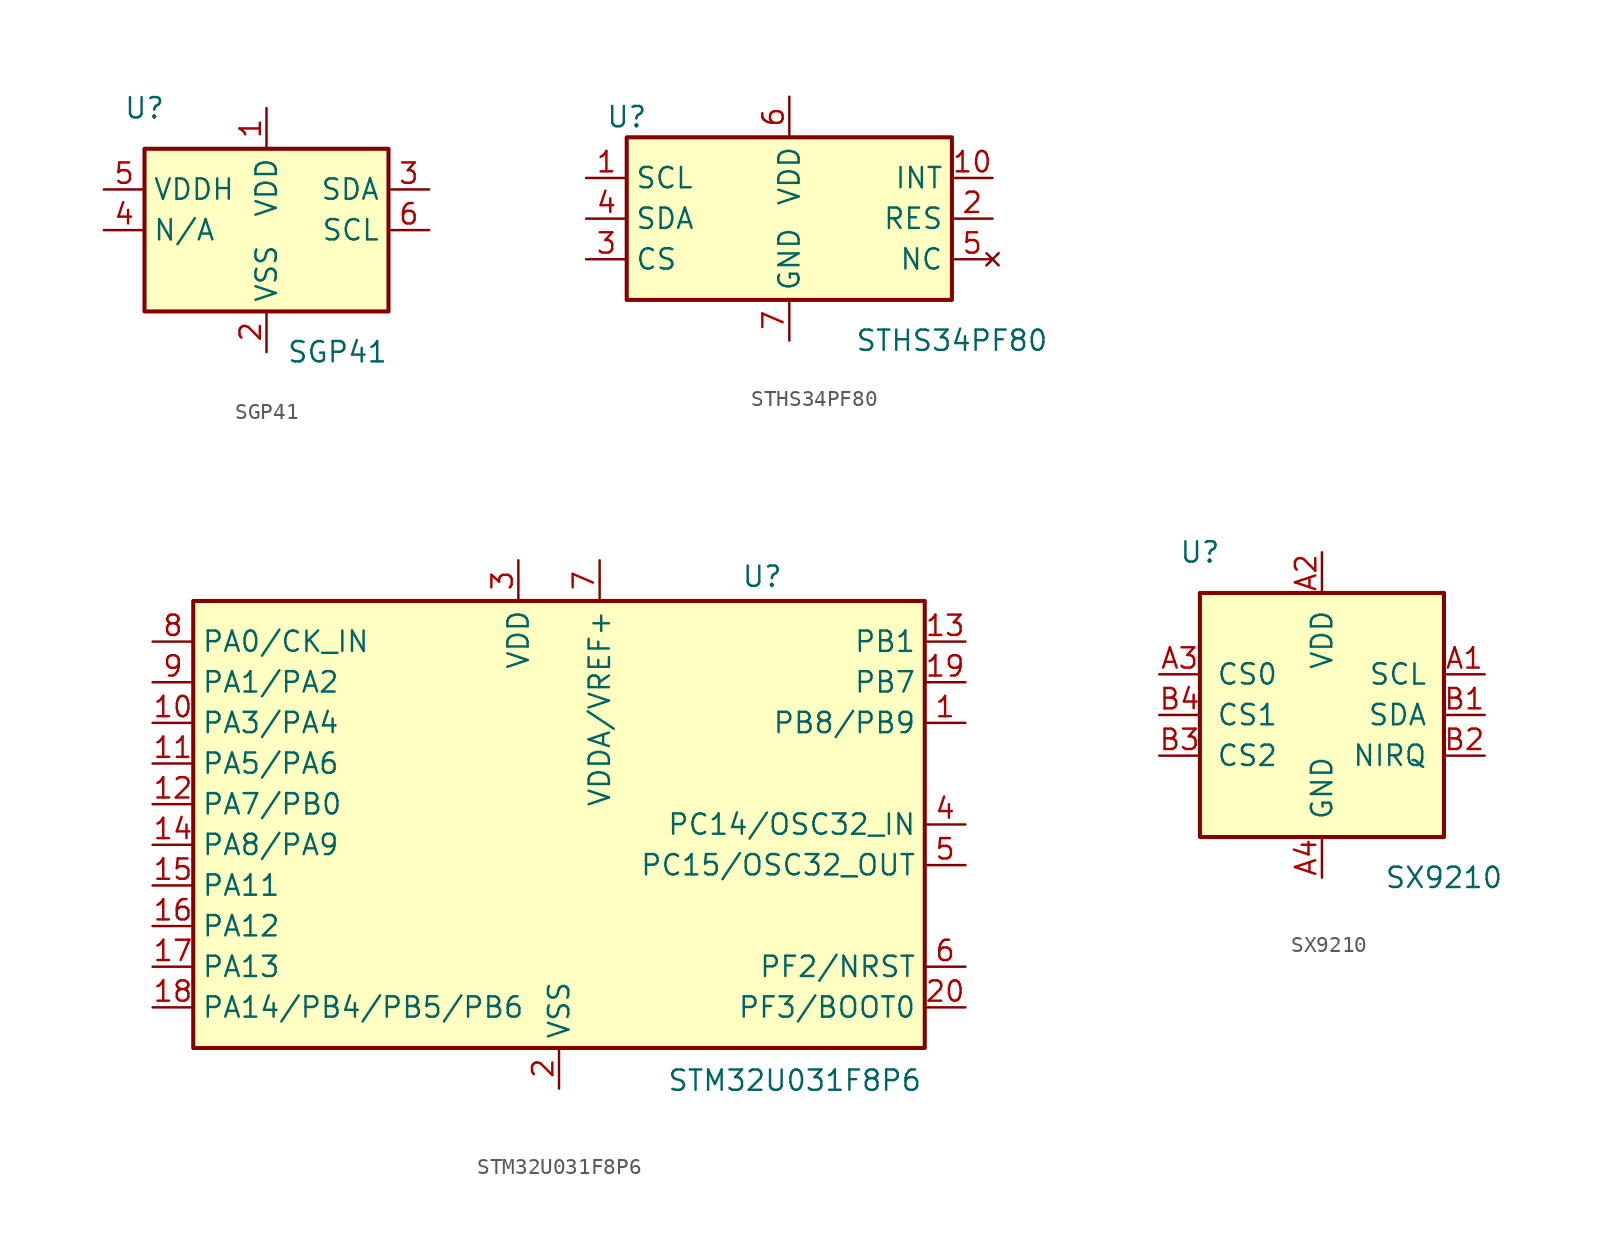
<source format=kicad_sym>
(kicad_symbol_lib
  (version 20231120)
  (generator "kicad_symbol_editor")
  (generator_version "8.0")
  (symbol "SGP41"
    (property "Reference" "U"
      (at -7.62 7.62 0)
      (effects (font (size 1.27 1.27))))
    (property "Value" "SGP41"
      (at 7.62 -7.62 0)
      (effects (font (size 1.27 1.27)) (justify right)))
    (symbol "SGP41_0_1"
      (rectangle (start -7.62 5.08) (end 7.62 -5.08) (stroke (width 0.254) (type default)) (fill (type background))))
    (symbol "SGP41_1_1"
      (pin power_in line (at 0 7.62 270) (length 2.54) (name "VDD" (effects (font (size 1.27 1.27)))) (number "1" (effects (font (size 1.27 1.27)))))
      (pin power_in line (at 0 -7.62 90) (length 2.54) (name "VSS" (effects (font (size 1.27 1.27)))) (number "2" (effects (font (size 1.27 1.27)))))
      (pin bidirectional line (at 10.16 2.54 180) (length 2.54) (name "SDA" (effects (font (size 1.27 1.27)))) (number "3" (effects (font (size 1.27 1.27)))))
      (pin input line (at -10.16 0 0) (length 2.54) (name "N/A" (effects (font (size 1.27 1.27)))) (number "4" (effects (font (size 1.27 1.27)))))
      (pin power_in line (at -10.16 2.54 0) (length 2.54) (name "VDDH" (effects (font (size 1.27 1.27)))) (number "5" (effects (font (size 1.27 1.27)))))
      (pin input line (at 10.16 0 180) (length 2.54) (name "SCL" (effects (font (size 1.27 1.27)))) (number "6" (effects (font (size 1.27 1.27)))))
      (pin input line (at 0 -7.62 90) (length 2.54) hide (name "EP" (effects (font (size 1.27 1.27)))) (number "7" (effects (font (size 1.27 1.27)))))))
  (symbol "STHS34PF80"
    (property "Reference" "U"
      (at -10.16 6.35 0)
      (effects (font (size 1.27 1.27))))
    (property "Value" "STHS34PF80"
      (at 10.16 -7.62 0)
      (effects (font (size 1.27 1.27))))
    (symbol "STHS34PF80_0_1"
      (rectangle (start -10.16 5.08) (end 10.16 -5.08) (stroke (width 0.254) (type default)) (fill (type background))))
    (symbol "STHS34PF80_1_1"
      (pin input line (at -12.7 2.54 0) (length 2.54) (name "SCL" (effects (font (size 1.27 1.27)))) (number "1" (effects (font (size 1.27 1.27)))))
      (pin output line (at 12.7 2.54 180) (length 2.54) (name "INT" (effects (font (size 1.27 1.27)))) (number "10" (effects (font (size 1.27 1.27)))))
      (pin input line (at 12.7 0 180) (length 2.54) (name "RES" (effects (font (size 1.27 1.27)))) (number "2" (effects (font (size 1.27 1.27)))))
      (pin input line (at -12.7 -2.54 0) (length 2.54) (name "CS" (effects (font (size 1.27 1.27)))) (number "3" (effects (font (size 1.27 1.27)))))
      (pin bidirectional line (at -12.7 0 0) (length 2.54) (name "SDA" (effects (font (size 1.27 1.27)))) (number "4" (effects (font (size 1.27 1.27)))))
      (pin no_connect line (at 12.7 -2.54 180) (length 2.54) (name "NC" (effects (font (size 1.27 1.27)))) (number "5" (effects (font (size 1.27 1.27)))))
      (pin power_in line (at 0 7.62 270) (length 2.54) (name "VDD" (effects (font (size 1.27 1.27)))) (number "6" (effects (font (size 1.27 1.27)))))
      (pin power_in line (at 0 -7.62 90) (length 2.54) (name "GND" (effects (font (size 1.27 1.27)))) (number "7" (effects (font (size 1.27 1.27)))))
      (pin power_in line (at 0 -7.62 90) (length 2.54) hide (name "GND" (effects (font (size 1.27 1.27)))) (number "8" (effects (font (size 1.27 1.27)))))
      (pin power_in line (at 0 7.62 270) (length 2.54) hide (name "VDD" (effects (font (size 1.27 1.27)))) (number "9" (effects (font (size 1.27 1.27)))))))
  (symbol "STM32U031F8P6"
    (property "Reference" "U"
      (at 12.7 16.764 0)
      (effects (font (size 1.27 1.27))))
    (property "Value" "STM32U031F8P6"
      (at 14.732 -14.732 0)
      (effects (font (size 1.27 1.27))))
    (symbol "STM32U031F8P6_0_1"
      (rectangle (start -22.86 15.24) (end 22.86 -12.7) (stroke (width 0.254) (type default)) (fill (type background))))
    (symbol "STM32U031F8P6_1_1"
      (pin bidirectional line (at 25.4 7.62 180) (length 2.54) (name "PB8/PB9" (effects (font (size 1.27 1.27)))) (number "1" (effects (font (size 1.27 1.27)))))
      (pin bidirectional line (at -25.4 7.62 0) (length 2.54) (name "PA3/PA4" (effects (font (size 1.27 1.27)))) (number "10" (effects (font (size 1.27 1.27)))) (alternate "ADC_IN2" bidirectional line) (alternate "COMP2_INM" bidirectional line) (alternate "COMP2_OUT" bidirectional line) (alternate "LPUART1_TX" bidirectional line) (alternate "RTC_OUT_ALARM" bidirectional line) (alternate "RTC_OUT_CALIB" bidirectional line) (alternate "RTC_TAMP3" bidirectional line) (alternate "RTC_TS" bidirectional line) (alternate "SYS_WKUP3" bidirectional line) (alternate "TIM21_CH1" bidirectional line) (alternate "TIM2_CH3" bidirectional line) (alternate "USART2_TX" bidirectional line))
      (pin bidirectional line (at -25.4 5.08 0) (length 2.54) (name "PA5/PA6" (effects (font (size 1.27 1.27)))) (number "11" (effects (font (size 1.27 1.27)))) (alternate "ADC_IN3" bidirectional line) (alternate "COMP2_INP" bidirectional line) (alternate "LPUART1_RX" bidirectional line) (alternate "TIM21_CH2" bidirectional line) (alternate "TIM2_CH4" bidirectional line) (alternate "USART2_RX" bidirectional line))
      (pin bidirectional line (at -25.4 2.54 0) (length 2.54) (name "PA7/PB0" (effects (font (size 1.27 1.27)))) (number "12" (effects (font (size 1.27 1.27)))) (alternate "ADC_IN4" bidirectional line) (alternate "COMP1_INM" bidirectional line) (alternate "COMP2_INM" bidirectional line) (alternate "LPTIM1_IN1" bidirectional line) (alternate "SPI1_NSS" bidirectional line) (alternate "TIM22_ETR" bidirectional line) (alternate "USART2_CK" bidirectional line))
      (pin bidirectional line (at 25.4 12.7 180) (length 2.54) (name "PB1" (effects (font (size 1.27 1.27)))) (number "13" (effects (font (size 1.27 1.27)))) (alternate "ADC_IN5" bidirectional line) (alternate "COMP1_INM" bidirectional line) (alternate "COMP2_INM" bidirectional line) (alternate "LPTIM1_IN2" bidirectional line) (alternate "SPI1_SCK" bidirectional line) (alternate "TIM2_CH1" bidirectional line) (alternate "TIM2_ETR" bidirectional line))
      (pin bidirectional line (at -25.4 0 0) (length 2.54) (name "PA8/PA9" (effects (font (size 1.27 1.27)))) (number "14" (effects (font (size 1.27 1.27)))) (alternate "ADC_IN6" bidirectional line) (alternate "COMP1_OUT" bidirectional line) (alternate "LPTIM1_ETR" bidirectional line) (alternate "LPUART1_CTS" bidirectional line) (alternate "SPI1_MISO" bidirectional line) (alternate "TIM22_CH1" bidirectional line))
      (pin bidirectional line (at -25.4 -2.54 0) (length 2.54) (name "PA11" (effects (font (size 1.27 1.27)))) (number "15" (effects (font (size 1.27 1.27)))) (alternate "ADC_IN7" bidirectional line) (alternate "COMP2_OUT" bidirectional line) (alternate "LPTIM1_OUT" bidirectional line) (alternate "SPI1_MOSI" bidirectional line) (alternate "TIM22_CH2" bidirectional line) (alternate "USART2_CTS" bidirectional line))
      (pin bidirectional line (at -25.4 -5.08 0) (length 2.54) (name "PA12" (effects (font (size 1.27 1.27)))) (number "16" (effects (font (size 1.27 1.27)))) (alternate "I2C1_SCL" bidirectional line) (alternate "RCC_MCO" bidirectional line) (alternate "TIM22_CH1" bidirectional line) (alternate "USART2_TX" bidirectional line))
      (pin bidirectional line (at -25.4 -7.62 0) (length 2.54) (name "PA13" (effects (font (size 1.27 1.27)))) (number "17" (effects (font (size 1.27 1.27)))) (alternate "I2C1_SDA" bidirectional line) (alternate "TIM22_CH2" bidirectional line) (alternate "USART2_RX" bidirectional line))
      (pin bidirectional line (at -25.4 -10.16 0) (length 2.54) (name "PA14/PB4/PB5/PB6" (effects (font (size 1.27 1.27)))) (number "18" (effects (font (size 1.27 1.27)))) (alternate "LPTIM1_ETR" bidirectional line) (alternate "LPUART1_RX" bidirectional line) (alternate "SYS_SWDIO" bidirectional line))
      (pin bidirectional line (at 25.4 10.16 180) (length 2.54) (name "PB7" (effects (font (size 1.27 1.27)))) (number "19" (effects (font (size 1.27 1.27)))) (alternate "I2C1_SMBA" bidirectional line) (alternate "LPTIM1_OUT" bidirectional line) (alternate "LPUART1_TX" bidirectional line) (alternate "SYS_SWCLK" bidirectional line) (alternate "USART2_TX" bidirectional line))
      (pin power_in line (at 0 -15.24 90) (length 2.54) (name "VSS" (effects (font (size 1.27 1.27)))) (number "2" (effects (font (size 1.27 1.27)))))
      (pin bidirectional line (at 25.4 -10.16 180) (length 2.54) (name "PF3/BOOT0" (effects (font (size 1.27 1.27)))) (number "20" (effects (font (size 1.27 1.27)))) (alternate "ADC_IN9" bidirectional line) (alternate "LPUART1_DE" bidirectional line) (alternate "LPUART1_RTS" bidirectional line) (alternate "SPI1_MOSI" bidirectional line) (alternate "SYS_VREF_OUT_PB1" bidirectional line) (alternate "TIM2_CH4" bidirectional line) (alternate "USART2_CK" bidirectional line))
      (pin power_in line (at -2.54 17.78 270) (length 2.54) (name "VDD" (effects (font (size 1.27 1.27)))) (number "3" (effects (font (size 1.27 1.27)))))
      (pin bidirectional line (at 25.4 1.27 180) (length 2.54) (name "PC14/OSC32_IN" (effects (font (size 1.27 1.27)))) (number "4" (effects (font (size 1.27 1.27)))))
      (pin bidirectional line (at 25.4 -1.27 180) (length 2.54) (name "PC15/OSC32_OUT" (effects (font (size 1.27 1.27)))) (number "5" (effects (font (size 1.27 1.27)))) (alternate "RCC_OSC32_OUT" bidirectional line))
      (pin bidirectional line (at 25.4 -7.62 180) (length 2.54) (name "PF2/NRST" (effects (font (size 1.27 1.27)))) (number "6" (effects (font (size 1.27 1.27)))) (alternate "RCC_OSC32_IN" bidirectional line))
      (pin power_in line (at 2.54 17.78 270) (length 2.54) (name "VDDA/VREF+" (effects (font (size 1.27 1.27)))) (number "7" (effects (font (size 1.27 1.27)))))
      (pin bidirectional line (at -25.4 12.7 0) (length 2.54) (name "PA0/CK_IN" (effects (font (size 1.27 1.27)))) (number "8" (effects (font (size 1.27 1.27)))) (alternate "ADC_IN0" bidirectional line) (alternate "COMP1_INM" bidirectional line) (alternate "COMP1_OUT" bidirectional line) (alternate "LPTIM1_IN1" bidirectional line) (alternate "RCC_CK_IN" bidirectional line) (alternate "RTC_TAMP2" bidirectional line) (alternate "SYS_WKUP1" bidirectional line) (alternate "TIM2_CH1" bidirectional line) (alternate "TIM2_ETR" bidirectional line) (alternate "USART2_CTS" bidirectional line))
      (pin bidirectional line (at -25.4 10.16 0) (length 2.54) (name "PA1/PA2" (effects (font (size 1.27 1.27)))) (number "9" (effects (font (size 1.27 1.27)))) (alternate "ADC_IN1" bidirectional line) (alternate "COMP1_INP" bidirectional line) (alternate "I2C1_SMBA" bidirectional line) (alternate "LPTIM1_IN2" bidirectional line) (alternate "TIM21_ETR" bidirectional line) (alternate "TIM2_CH2" bidirectional line) (alternate "USART2_DE" bidirectional line) (alternate "USART2_RTS" bidirectional line))))
  (symbol "SX9210"
    (pin_names
      (offset 1.016))
    (property "Reference" "U"
      (at -7.62 10.16 0)
      (effects (font (size 1.27 1.27))))
    (property "Value" "SX9210"
      (at 7.62 -10.16 0)
      (effects (font (size 1.27 1.27))))
    (symbol "SX9210_1_1"
      (rectangle (start -7.62 7.62) (end 7.62 -7.62) (stroke (width 0.254) (type default)) (fill (type background)))
      (pin input line (at 10.16 2.54 180) (length 2.54) (name "SCL" (effects (font (size 1.27 1.27)))) (number "A1" (effects (font (size 1.27 1.27)))))
      (pin power_in line (at 0 10.16 270) (length 2.54) (name "VDD" (effects (font (size 1.27 1.27)))) (number "A2" (effects (font (size 1.27 1.27)))))
      (pin input line (at -10.16 2.54 0) (length 2.54) (name "CS0" (effects (font (size 1.27 1.27)))) (number "A3" (effects (font (size 1.27 1.27)))))
      (pin power_in line (at 0 -10.16 90) (length 2.54) (name "GND" (effects (font (size 1.27 1.27)))) (number "A4" (effects (font (size 1.27 1.27)))))
      (pin input line (at 10.16 0 180) (length 2.54) (name "SDA" (effects (font (size 1.27 1.27)))) (number "B1" (effects (font (size 1.27 1.27)))))
      (pin input line (at 10.16 -2.54 180) (length 2.54) (name "NIRQ" (effects (font (size 1.27 1.27)))) (number "B2" (effects (font (size 1.27 1.27)))))
      (pin input line (at -10.16 -2.54 0) (length 2.54) (name "CS2" (effects (font (size 1.27 1.27)))) (number "B3" (effects (font (size 1.27 1.27)))))
      (pin input line (at -10.16 0 0) (length 2.54) (name "CS1" (effects (font (size 1.27 1.27)))) (number "B4" (effects (font (size 1.27 1.27))))))))
</source>
